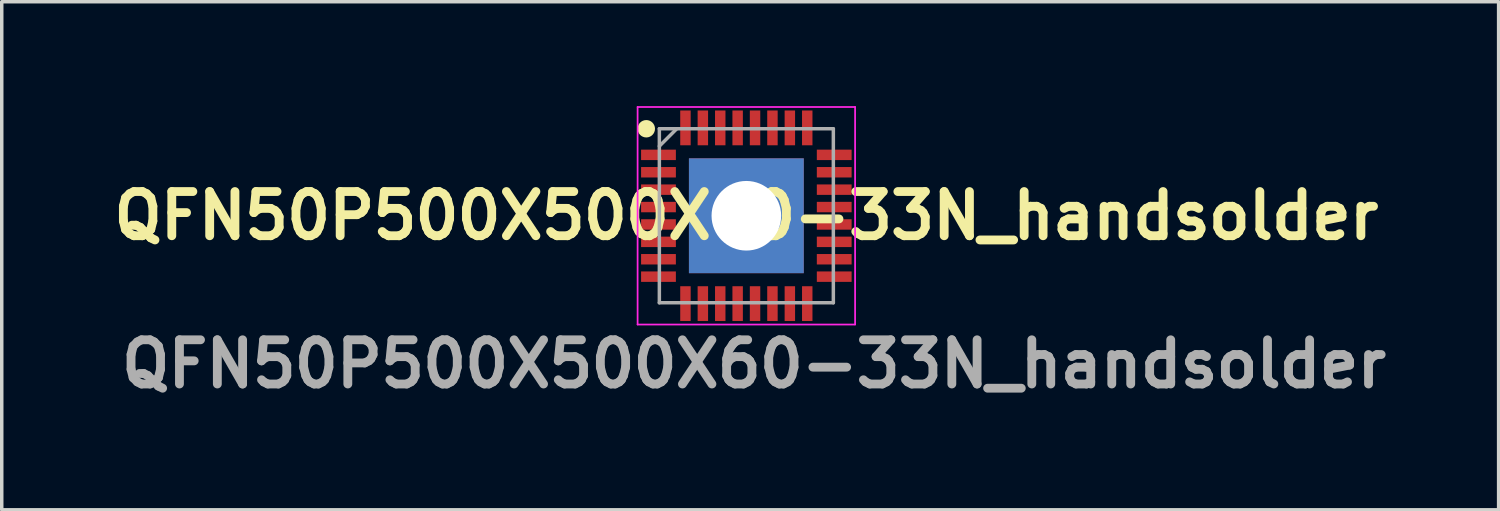
<source format=kicad_pcb>
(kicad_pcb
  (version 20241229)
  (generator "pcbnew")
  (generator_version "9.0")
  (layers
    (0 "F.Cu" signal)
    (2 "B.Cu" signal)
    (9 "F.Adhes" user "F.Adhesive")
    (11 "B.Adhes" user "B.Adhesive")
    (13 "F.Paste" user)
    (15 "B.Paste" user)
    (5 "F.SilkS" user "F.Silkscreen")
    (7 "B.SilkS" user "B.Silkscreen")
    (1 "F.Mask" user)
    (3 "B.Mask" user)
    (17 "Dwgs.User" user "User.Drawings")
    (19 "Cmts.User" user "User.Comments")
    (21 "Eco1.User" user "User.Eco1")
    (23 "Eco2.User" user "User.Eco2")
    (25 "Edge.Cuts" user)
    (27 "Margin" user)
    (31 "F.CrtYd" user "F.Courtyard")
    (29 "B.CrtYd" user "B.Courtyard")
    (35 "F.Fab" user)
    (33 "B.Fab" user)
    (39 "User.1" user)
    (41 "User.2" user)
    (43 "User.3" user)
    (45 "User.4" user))
  (footprint "QFN50P500X500X60-33N_handsolder"
    (layer "F.Cu")
    (at 18.397 3.15)
    (property "Reference" "QFN50P500X500X60-33N_handsolder" (at 0 0 0) (layer "F.SilkS") (effects (font (size 1.27 1.27) (thickness 0.254))))
    (attr smd)
    (fp_circle (center -2.875 -2.5) (end -2.875 -2.375) (stroke (width 0.25) (type solid)) (fill no) (layer "F.SilkS"))
    (fp_line (start -3.125 -3.125) (end 3.125 -3.125) (stroke (width 0.05) (type solid)) (layer "F.CrtYd"))
    (fp_line (start -3.125 3.125) (end -3.125 -3.125) (stroke (width 0.05) (type solid)) (layer "F.CrtYd"))
    (fp_line (start 3.125 -3.125) (end 3.125 3.125) (stroke (width 0.05) (type solid)) (layer "F.CrtYd"))
    (fp_line (start 3.125 3.125) (end -3.125 3.125) (stroke (width 0.05) (type solid)) (layer "F.CrtYd"))
    (fp_line (start -2.5 -2.5) (end 2.5 -2.5) (stroke (width 0.1) (type solid)) (layer "F.Fab"))
    (fp_line (start -2.5 -2) (end -2 -2.5) (stroke (width 0.1) (type solid)) (layer "F.Fab"))
    (fp_line (start -2.5 2.5) (end -2.5 -2.5) (stroke (width 0.1) (type solid)) (layer "F.Fab"))
    (fp_line (start 2.5 -2.5) (end 2.5 2.5) (stroke (width 0.1) (type solid)) (layer "F.Fab"))
    (fp_line (start 2.5 2.5) (end -2.5 2.5) (stroke (width 0.1) (type solid)) (layer "F.Fab"))
    (fp_text user "${REFERENCE}" (at 0.22 4.26 0) (layer "F.Fab") (effects (font (size 1.27 1.27) (thickness 0.254))))
    (pad "1" smd rect (at -2.525 -1.75 90) (size 0.3 1) (layers "F.Cu" "F.Mask" "F.Paste"))
    (pad "2" smd rect (at -2.525 -1.25 90) (size 0.3 1) (layers "F.Cu" "F.Mask" "F.Paste"))
    (pad "3" smd rect (at -2.525 -0.75 90) (size 0.3 1) (layers "F.Cu" "F.Mask" "F.Paste"))
    (pad "4" smd rect (at -2.525 -0.25 90) (size 0.3 1) (layers "F.Cu" "F.Mask" "F.Paste"))
    (pad "5" smd rect (at -2.525 0.25 90) (size 0.3 1) (layers "F.Cu" "F.Mask" "F.Paste"))
    (pad "6" smd rect (at -2.525 0.75 90) (size 0.3 1) (layers "F.Cu" "F.Mask" "F.Paste"))
    (pad "7" smd rect (at -2.525 1.25 90) (size 0.3 1) (layers "F.Cu" "F.Mask" "F.Paste"))
    (pad "8" smd rect (at -2.525 1.75 90) (size 0.3 1) (layers "F.Cu" "F.Mask" "F.Paste"))
    (pad "9" smd rect (at -1.75 2.525) (size 0.3 1) (layers "F.Cu" "F.Mask" "F.Paste"))
    (pad "10" smd rect (at -1.25 2.525) (size 0.3 1) (layers "F.Cu" "F.Mask" "F.Paste"))
    (pad "11" smd rect (at -0.75 2.525) (size 0.3 1) (layers "F.Cu" "F.Mask" "F.Paste"))
    (pad "12" smd rect (at -0.25 2.525) (size 0.3 1) (layers "F.Cu" "F.Mask" "F.Paste"))
    (pad "13" smd rect (at 0.25 2.525) (size 0.3 1) (layers "F.Cu" "F.Mask" "F.Paste"))
    (pad "14" smd rect (at 0.75 2.525) (size 0.3 1) (layers "F.Cu" "F.Mask" "F.Paste"))
    (pad "15" smd rect (at 1.25 2.525) (size 0.3 1) (layers "F.Cu" "F.Mask" "F.Paste"))
    (pad "16" smd rect (at 1.75 2.525) (size 0.3 1) (layers "F.Cu" "F.Mask" "F.Paste"))
    (pad "17" smd rect (at 2.525 1.75 90) (size 0.3 1) (layers "F.Cu" "F.Mask" "F.Paste"))
    (pad "18" smd rect (at 2.525 1.25 90) (size 0.3 1) (layers "F.Cu" "F.Mask" "F.Paste"))
    (pad "19" smd rect (at 2.525 0.75 90) (size 0.3 1) (layers "F.Cu" "F.Mask" "F.Paste"))
    (pad "20" smd rect (at 2.525 0.25 90) (size 0.3 1) (layers "F.Cu" "F.Mask" "F.Paste"))
    (pad "21" smd rect (at 2.525 -0.25 90) (size 0.3 1) (layers "F.Cu" "F.Mask" "F.Paste"))
    (pad "22" smd rect (at 2.525 -0.75 90) (size 0.3 1) (layers "F.Cu" "F.Mask" "F.Paste"))
    (pad "23" smd rect (at 2.525 -1.25 90) (size 0.3 1) (layers "F.Cu" "F.Mask" "F.Paste"))
    (pad "24" smd rect (at 2.525 -1.75 90) (size 0.3 1) (layers "F.Cu" "F.Mask" "F.Paste"))
    (pad "25" smd rect (at 1.75 -2.525) (size 0.3 1) (layers "F.Cu" "F.Mask" "F.Paste"))
    (pad "26" smd rect (at 1.25 -2.525) (size 0.3 1) (layers "F.Cu" "F.Mask" "F.Paste"))
    (pad "27" smd rect (at 0.75 -2.525) (size 0.3 1) (layers "F.Cu" "F.Mask" "F.Paste"))
    (pad "28" smd rect (at 0.25 -2.525) (size 0.3 1) (layers "F.Cu" "F.Mask" "F.Paste"))
    (pad "29" smd rect (at -0.25 -2.525) (size 0.3 1) (layers "F.Cu" "F.Mask" "F.Paste"))
    (pad "30" smd rect (at -0.75 -2.525) (size 0.3 1) (layers "F.Cu" "F.Mask" "F.Paste"))
    (pad "31" smd rect (at -1.25 -2.525) (size 0.3 1) (layers "F.Cu" "F.Mask" "F.Paste"))
    (pad "32" smd rect (at -1.75 -2.525) (size 0.3 1) (layers "F.Cu" "F.Mask" "F.Paste"))
    (pad "33" thru_hole rect (at 0 0) (size 3.3 3.3) (drill 2) (layers "*.Cu" "*.Mask")))
  (gr_rect
    (start -3 -3)
    (end 40.014 11.599)
    (stroke (width 0.1) (type default))
    (fill no)
    (layer "Edge.Cuts")))
</source>
